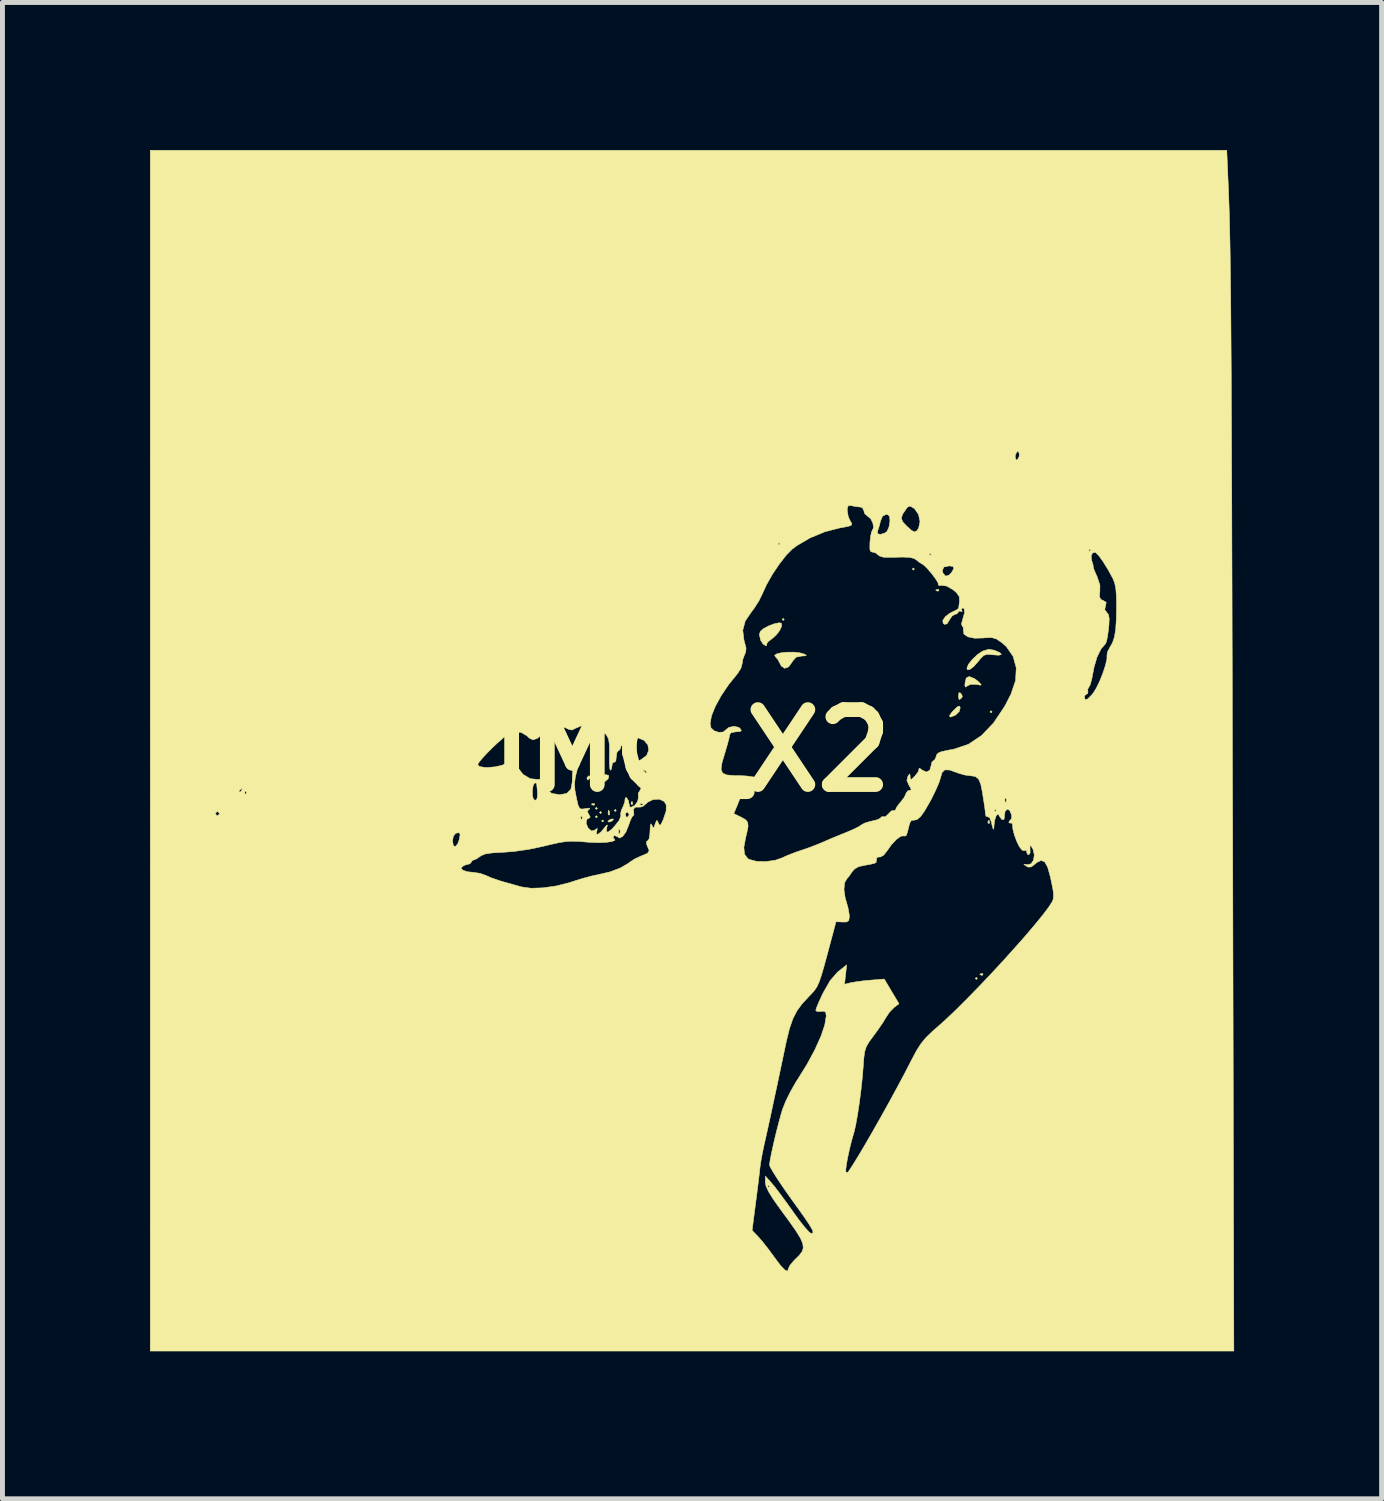
<source format=kicad_pcb>
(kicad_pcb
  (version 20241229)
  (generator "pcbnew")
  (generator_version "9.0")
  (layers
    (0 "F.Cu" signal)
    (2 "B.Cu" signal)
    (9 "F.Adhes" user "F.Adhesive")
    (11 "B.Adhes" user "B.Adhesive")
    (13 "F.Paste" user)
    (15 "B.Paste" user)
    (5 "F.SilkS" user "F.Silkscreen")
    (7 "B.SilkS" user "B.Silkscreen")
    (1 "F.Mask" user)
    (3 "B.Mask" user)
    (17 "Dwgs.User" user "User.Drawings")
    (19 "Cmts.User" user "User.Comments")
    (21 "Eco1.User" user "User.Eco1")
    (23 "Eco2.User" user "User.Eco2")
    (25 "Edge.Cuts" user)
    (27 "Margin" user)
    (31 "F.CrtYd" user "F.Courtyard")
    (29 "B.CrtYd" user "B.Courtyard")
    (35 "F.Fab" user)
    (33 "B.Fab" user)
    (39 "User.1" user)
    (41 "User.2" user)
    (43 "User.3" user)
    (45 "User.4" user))
  (footprint "IMG_X2"
    (layer "F.Cu")
    (at 11.019 12.214)
    (property "Reference" "IMG_X2" (at 0 0 0) (layer "F.SilkS") (effects (font (size 1.524 1.524) (thickness 0.3))))
    (attr through_hole)
    (fp_poly (pts (xy -1.921 1.174) (xy -1.942 1.195) (xy -1.964 1.174) (xy -1.942 1.153) (xy -1.921 1.174)) (stroke (width 0.01) (type solid)) (fill yes) (layer "F.SilkS"))
    (fp_poly (pts (xy -1.921 1.345) (xy -1.942 1.366) (xy -1.964 1.345) (xy -1.942 1.323) (xy -1.921 1.345)) (stroke (width 0.01) (type solid)) (fill yes) (layer "F.SilkS"))
    (fp_poly (pts (xy -1.836 1.259) (xy -1.857 1.281) (xy -1.878 1.259) (xy -1.857 1.238) (xy -1.836 1.259)) (stroke (width 0.01) (type solid)) (fill yes) (layer "F.SilkS"))
    (fp_poly (pts (xy -1.793 1.43) (xy -1.814 1.451) (xy -1.836 1.43) (xy -1.814 1.409) (xy -1.793 1.43)) (stroke (width 0.01) (type solid)) (fill yes) (layer "F.SilkS"))
    (fp_poly (pts (xy -1.537 1.217) (xy -1.558 1.238) (xy -1.579 1.217) (xy -1.558 1.195) (xy -1.537 1.217)) (stroke (width 0.01) (type solid)) (fill yes) (layer "F.SilkS"))
    (fp_poly (pts (xy 1.878 -2.668) (xy 1.857 -2.647) (xy 1.836 -2.668) (xy 1.857 -2.689) (xy 1.878 -2.668)) (stroke (width 0.01) (type solid)) (fill yes) (layer "F.SilkS"))
    (fp_poly (pts (xy 4.525 -3.693) (xy 4.504 -3.671) (xy 4.482 -3.693) (xy 4.504 -3.714) (xy 4.525 -3.693)) (stroke (width 0.01) (type solid)) (fill yes) (layer "F.SilkS"))
    (fp_poly (pts (xy 5.806 4.632) (xy 5.784 4.653) (xy 5.763 4.632) (xy 5.784 4.61) (xy 5.806 4.632)) (stroke (width 0.01) (type solid)) (fill yes) (layer "F.SilkS"))
    (fp_poly (pts (xy 6.105 -0.79) (xy 6.083 -0.768) (xy 6.062 -0.79) (xy 6.083 -0.811) (xy 6.105 -0.79)) (stroke (width 0.01) (type solid)) (fill yes) (layer "F.SilkS"))
    (fp_poly (pts (xy -1.978 1.081) (xy -1.984 1.107) (xy -2.006 1.11) (xy -2.042 1.094) (xy -2.035 1.081) (xy -1.984 1.076) (xy -1.978 1.081)) (stroke (width 0.01) (type solid)) (fill yes) (layer "F.SilkS"))
    (fp_poly (pts (xy -1.678 1.23) (xy -1.673 1.297) (xy -1.682 1.312) (xy -1.701 1.299) (xy -1.704 1.256) (xy -1.694 1.21) (xy -1.678 1.23)) (stroke (width 0.01) (type solid)) (fill yes) (layer "F.SilkS"))
    (fp_poly (pts (xy -1.21 1.039) (xy -1.204 1.089) (xy -1.21 1.096) (xy -1.235 1.09) (xy -1.238 1.067) (xy -1.222 1.032) (xy -1.21 1.039)) (stroke (width 0.01) (type solid)) (fill yes) (layer "F.SilkS"))
    (fp_poly (pts (xy 5.023 -3.273) (xy 5.017 -3.247) (xy 4.995 -3.244) (xy 4.959 -3.26) (xy 4.966 -3.273) (xy 5.017 -3.278) (xy 5.023 -3.273)) (stroke (width 0.01) (type solid)) (fill yes) (layer "F.SilkS"))
    (fp_poly (pts (xy 5.92 4.539) (xy 5.914 4.565) (xy 5.891 4.568) (xy 5.856 4.552) (xy 5.863 4.539) (xy 5.913 4.534) (xy 5.92 4.539)) (stroke (width 0.01) (type solid)) (fill yes) (layer "F.SilkS"))
    (fp_poly (pts (xy 6.048 1.423) (xy 6.053 1.474) (xy 6.048 1.48) (xy 6.022 1.474) (xy 6.019 1.451) (xy 6.035 1.416) (xy 6.048 1.423)) (stroke (width 0.01) (type solid)) (fill yes) (layer "F.SilkS"))
    (fp_poly (pts (xy -1.601 1.409) (xy -1.647 1.445) (xy -1.696 1.451) (xy -1.708 1.435) (xy -1.674 1.407) (xy -1.641 1.392) (xy -1.597 1.389) (xy -1.601 1.409)) (stroke (width 0.01) (type solid)) (fill yes) (layer "F.SilkS"))
    (fp_poly (pts (xy -2.064 0.538) (xy -2.07 0.555) (xy -2.109 0.596) (xy -2.116 0.598) (xy -2.134 0.565) (xy -2.134 0.555) (xy -2.102 0.514) (xy -2.089 0.512) (xy -2.064 0.538)) (stroke (width 0.01) (type solid)) (fill yes) (layer "F.SilkS"))
    (fp_poly (pts (xy 5.462 -1.171) (xy 5.473 -1.161) (xy 5.502 -1.103) (xy 5.473 -1.059) (xy 5.435 -1.038) (xy 5.422 -1.089) (xy 5.422 -1.11) (xy 5.43 -1.178) (xy 5.462 -1.171)) (stroke (width 0.01) (type solid)) (fill yes) (layer "F.SilkS"))
    (fp_poly (pts (xy 5.457 -0.875) (xy 5.436 -0.796) (xy 5.362 -0.723) (xy 5.267 -0.685) (xy 5.253 -0.684) (xy 5.237 -0.709) (xy 5.285 -0.779) (xy 5.317 -0.814) (xy 5.398 -0.891) (xy 5.441 -0.907) (xy 5.457 -0.875)) (stroke (width 0.01) (type solid)) (fill yes) (layer "F.SilkS"))
    (fp_poly (pts (xy 5.656 -1.502) (xy 5.751 -1.462) (xy 5.827 -1.403) (xy 5.883 -1.343) (xy 5.872 -1.33) (xy 5.794 -1.347) (xy 5.668 -1.349) (xy 5.609 -1.32) (xy 5.564 -1.292) (xy 5.551 -1.324) (xy 5.557 -1.39) (xy 5.58 -1.479) (xy 5.633 -1.504) (xy 5.656 -1.502)) (stroke (width 0.01) (type solid)) (fill yes) (layer "F.SilkS"))
    (fp_poly (pts (xy -1.69 0.507) (xy -1.697 0.562) (xy -1.711 0.58) (xy -1.766 0.628) (xy -1.787 0.635) (xy -1.847 0.623) (xy -1.91 0.61) (xy -1.985 0.578) (xy -2.006 0.545) (xy -1.99 0.518) (xy -1.981 0.524) (xy -1.926 0.529) (xy -1.849 0.509) (xy -1.746 0.487) (xy -1.69 0.507)) (stroke (width 0.01) (type solid)) (fill yes) (layer "F.SilkS"))
    (fp_poly (pts (xy 6.152 -2.041) (xy 6.264 -1.992) (xy 6.294 -1.956) (xy 6.242 -1.94) (xy 6.134 -1.948) (xy 6.012 -1.959) (xy 5.936 -1.937) (xy 5.865 -1.867) (xy 5.831 -1.823) (xy 5.735 -1.714) (xy 5.655 -1.652) (xy 5.604 -1.645) (xy 5.592 -1.677) (xy 5.624 -1.755) (xy 5.704 -1.856) (xy 5.809 -1.955) (xy 5.911 -2.023) (xy 6.038 -2.062) (xy 6.152 -2.041)) (stroke (width 0.01) (type solid)) (fill yes) (layer "F.SilkS"))
    (fp_poly (pts (xy 1.82 -2.591) (xy 1.826 -2.532) (xy 1.784 -2.441) (xy 1.709 -2.344) (xy 1.617 -2.266) (xy 1.612 -2.263) (xy 1.54 -2.206) (xy 1.521 -2.165) (xy 1.523 -2.163) (xy 1.518 -2.137) (xy 1.5 -2.134) (xy 1.448 -2.169) (xy 1.399 -2.244) (xy 1.372 -2.361) (xy 1.394 -2.426) (xy 1.456 -2.481) (xy 1.56 -2.536) (xy 1.676 -2.58) (xy 1.774 -2.6) (xy 1.82 -2.591)) (stroke (width 0.01) (type solid)) (fill yes) (layer "F.SilkS"))
    (fp_poly (pts (xy 2.196 -1.989) (xy 2.284 -1.964) (xy 2.329 -1.939) (xy 2.303 -1.927) (xy 2.233 -1.924) (xy 2.12 -1.901) (xy 2.049 -1.822) (xy 2.04 -1.804) (xy 1.967 -1.703) (xy 1.888 -1.674) (xy 1.819 -1.72) (xy 1.796 -1.764) (xy 1.747 -1.856) (xy 1.706 -1.901) (xy 1.682 -1.937) (xy 1.726 -1.968) (xy 1.818 -1.99) (xy 1.939 -2.002) (xy 2.071 -2.003) (xy 2.196 -1.989)) (stroke (width 0.01) (type solid)) (fill yes) (layer "F.SilkS"))
    (fp_poly (pts (xy 10.903 -11.601) (xy 10.91 -11.442) (xy 10.916 -11.281) (xy 10.922 -11.115) (xy 10.928 -10.94) (xy 10.933 -10.753) (xy 10.937 -10.551) (xy 10.942 -10.33) (xy 10.946 -10.087) (xy 10.95 -9.818) (xy 10.953 -9.52) (xy 10.957 -9.19) (xy 10.96 -8.824) (xy 10.963 -8.418) (xy 10.966 -7.97) (xy 10.969 -7.475) (xy 10.971 -6.931) (xy 10.974 -6.334) (xy 10.976 -5.681) (xy 10.979 -4.968) (xy 10.981 -4.191) (xy 10.984 -3.348) (xy 10.986 -2.435) (xy 10.989 -1.449) (xy 10.991 -0.386) (xy 10.994 0.758) (xy 10.996 1.355) (xy 11.021 12.209) (xy -11.014 12.209) (xy -11.014 9.756) (xy 1.225 9.756) (xy 1.349 9.884) (xy 1.434 9.982) (xy 1.545 10.122) (xy 1.66 10.278) (xy 1.675 10.299) (xy 1.803 10.47) (xy 1.894 10.564) (xy 1.947 10.584) (xy 1.964 10.531) (xy 1.993 10.469) (xy 2.065 10.381) (xy 2.096 10.349) (xy 2.183 10.264) (xy 2.24 10.189) (xy 2.265 10.112) (xy 2.255 10.024) (xy 2.207 9.912) (xy 2.116 9.765) (xy 1.981 9.572) (xy 1.805 9.333) (xy 1.657 9.125) (xy 1.56 8.969) (xy 1.509 8.858) (xy 1.537 8.858) (xy 1.558 8.879) (xy 1.579 8.858) (xy 1.558 8.837) (xy 1.537 8.858) (xy 1.509 8.858) (xy 1.508 8.855) (xy 1.494 8.781) (xy 1.494 8.651) (xy 1.622 8.794) (xy 1.698 8.886) (xy 1.806 9.029) (xy 1.933 9.202) (xy 2.059 9.378) (xy 2.18 9.546) (xy 2.289 9.684) (xy 2.374 9.779) (xy 2.423 9.818) (xy 2.426 9.818) (xy 2.456 9.812) (xy 2.464 9.787) (xy 2.445 9.734) (xy 2.394 9.647) (xy 2.306 9.515) (xy 2.177 9.332) (xy 2.007 9.096) (xy 1.866 8.896) (xy 1.744 8.715) (xy 1.651 8.567) (xy 1.593 8.465) (xy 1.579 8.425) (xy 1.59 8.336) (xy 1.619 8.185) (xy 1.661 7.993) (xy 1.711 7.781) (xy 1.766 7.567) (xy 1.819 7.374) (xy 1.841 7.3) (xy 1.907 7.133) (xy 2.005 6.934) (xy 2.117 6.737) (xy 2.154 6.681) (xy 2.343 6.376) (xy 2.501 6.082) (xy 2.623 5.812) (xy 2.702 5.579) (xy 2.732 5.397) (xy 2.732 5.386) (xy 2.719 5.312) (xy 2.661 5.298) (xy 2.625 5.304) (xy 2.546 5.305) (xy 2.519 5.281) (xy 2.536 5.225) (xy 2.582 5.113) (xy 2.649 4.968) (xy 2.668 4.928) (xy 2.811 4.678) (xy 2.961 4.505) (xy 2.983 4.487) (xy 3.148 4.356) (xy 3.104 4.751) (xy 3.227 4.72) (xy 3.336 4.701) (xy 3.492 4.68) (xy 3.632 4.667) (xy 3.912 4.644) (xy 4.062 4.896) (xy 4.212 5.147) (xy 4.112 5.222) (xy 4.021 5.315) (xy 3.946 5.427) (xy 3.885 5.529) (xy 3.791 5.666) (xy 3.694 5.799) (xy 3.603 5.922) (xy 3.546 6.021) (xy 3.514 6.123) (xy 3.496 6.259) (xy 3.486 6.403) (xy 3.467 6.64) (xy 3.439 6.901) (xy 3.405 7.165) (xy 3.368 7.41) (xy 3.331 7.616) (xy 3.298 7.76) (xy 3.293 7.774) (xy 3.248 7.93) (xy 3.205 8.105) (xy 3.168 8.277) (xy 3.141 8.425) (xy 3.129 8.53) (xy 3.133 8.568) (xy 3.17 8.579) (xy 3.172 8.577) (xy 3.257 8.449) (xy 3.375 8.259) (xy 3.517 8.02) (xy 3.676 7.745) (xy 3.844 7.449) (xy 4.014 7.143) (xy 4.178 6.842) (xy 4.329 6.559) (xy 4.456 6.312) (xy 4.563 6.109) (xy 4.658 5.959) (xy 4.761 5.834) (xy 4.892 5.708) (xy 4.969 5.641) (xy 5.15 5.48) (xy 5.359 5.282) (xy 5.588 5.054) (xy 5.83 4.806) (xy 6.077 4.546) (xy 6.322 4.282) (xy 6.557 4.021) (xy 6.776 3.774) (xy 6.969 3.546) (xy 7.131 3.348) (xy 7.253 3.187) (xy 7.328 3.071) (xy 7.349 3.017) (xy 7.353 2.946) (xy 7.351 2.882) (xy 7.338 2.801) (xy 7.313 2.676) (xy 7.289 2.564) (xy 7.236 2.373) (xy 7.176 2.264) (xy 7.104 2.232) (xy 7.016 2.273) (xy 6.985 2.3) (xy 6.902 2.364) (xy 6.838 2.368) (xy 6.802 2.349) (xy 6.751 2.313) (xy 6.777 2.311) (xy 6.817 2.319) (xy 6.897 2.301) (xy 6.948 2.226) (xy 6.963 2.119) (xy 6.936 2.003) (xy 6.913 1.964) (xy 6.879 1.921) (xy 6.875 1.952) (xy 6.876 1.964) (xy 6.878 2.079) (xy 6.85 2.119) (xy 6.83 2.113) (xy 6.805 2.062) (xy 6.81 2.047) (xy 6.801 2.025) (xy 6.768 2.033) (xy 6.716 2.025) (xy 6.659 1.952) (xy 6.609 1.851) (xy 6.557 1.713) (xy 6.527 1.592) (xy 6.523 1.545) (xy 6.515 1.479) (xy 6.488 1.473) (xy 6.449 1.469) (xy 6.446 1.454) (xy 6.473 1.41) (xy 6.483 1.409) (xy 6.503 1.373) (xy 6.499 1.302) (xy 6.461 1.211) (xy 6.411 1.191) (xy 6.369 1.235) (xy 6.355 1.333) (xy 6.357 1.355) (xy 6.343 1.404) (xy 6.3 1.397) (xy 6.257 1.338) (xy 6.256 1.335) (xy 6.227 1.286) (xy 6.193 1.317) (xy 6.188 1.325) (xy 6.158 1.412) (xy 6.145 1.515) (xy 6.139 1.592) (xy 6.127 1.596) (xy 6.105 1.522) (xy 6.086 1.439) (xy 6.055 1.362) (xy 6.018 1.345) (xy 5.981 1.333) (xy 5.971 1.294) (xy 5.963 1.217) (xy 6.147 1.217) (xy 6.169 1.238) (xy 6.19 1.217) (xy 6.169 1.195) (xy 6.147 1.217) (xy 5.963 1.217) (xy 5.959 1.183) (xy 5.952 1.131) (xy 5.937 1.037) (xy 5.931 1) (xy 6.364 1) (xy 6.372 1.055) (xy 6.386 1.056) (xy 6.397 0.999) (xy 6.39 0.974) (xy 6.371 0.958) (xy 6.364 1) (xy 5.931 1) (xy 5.916 0.902) (xy 5.909 0.854) (xy 5.874 0.679) (xy 5.828 0.574) (xy 5.76 0.524) (xy 5.675 0.512) (xy 5.547 0.495) (xy 5.407 0.454) (xy 5.394 0.448) (xy 5.241 0.394) (xy 5.145 0.391) (xy 5.089 0.442) (xy 5.061 0.536) (xy 5.028 0.642) (xy 4.963 0.794) (xy 4.878 0.969) (xy 4.835 1.049) (xy 4.731 1.228) (xy 4.65 1.342) (xy 4.578 1.401) (xy 4.506 1.417) (xy 4.472 1.414) (xy 4.442 1.447) (xy 4.416 1.526) (xy 4.383 1.66) (xy 4.358 1.726) (xy 4.331 1.739) (xy 4.319 1.733) (xy 4.253 1.739) (xy 4.16 1.804) (xy 4.057 1.914) (xy 3.987 2.014) (xy 3.901 2.125) (xy 3.831 2.163) (xy 3.818 2.161) (xy 3.763 2.17) (xy 3.748 2.248) (xy 3.75 2.269) (xy 3.714 2.291) (xy 3.618 2.314) (xy 3.54 2.327) (xy 3.393 2.358) (xy 3.302 2.411) (xy 3.254 2.47) (xy 3.195 2.556) (xy 3.153 2.604) (xy 3.106 2.686) (xy 3.093 2.821) (xy 3.115 2.981) (xy 3.134 3.049) (xy 3.175 3.195) (xy 3.199 3.329) (xy 3.202 3.37) (xy 3.192 3.454) (xy 3.146 3.484) (xy 3.066 3.485) (xy 2.931 3.479) (xy 2.754 4.141) (xy 2.686 4.391) (xy 2.633 4.573) (xy 2.588 4.704) (xy 2.544 4.8) (xy 2.494 4.875) (xy 2.432 4.946) (xy 2.384 4.995) (xy 2.242 5.147) (xy 2.135 5.293) (xy 2.053 5.454) (xy 1.985 5.652) (xy 1.922 5.907) (xy 1.902 6.001) (xy 1.818 6.401) (xy 1.736 6.792) (xy 1.657 7.158) (xy 1.587 7.486) (xy 1.526 7.762) (xy 1.479 7.972) (xy 1.471 8.004) (xy 1.433 8.188) (xy 1.4 8.37) (xy 1.383 8.495) (xy 1.37 8.613) (xy 1.349 8.792) (xy 1.322 9.006) (xy 1.294 9.222) (xy 1.225 9.756) (xy -11.014 9.756) (xy -11.014 2.389) (xy -4.696 2.389) (xy -4.662 2.427) (xy -4.653 2.433) (xy -4.567 2.462) (xy -4.448 2.475) (xy -4.446 2.475) (xy -4.307 2.495) (xy -4.19 2.537) (xy -4.084 2.584) (xy -3.936 2.636) (xy -3.842 2.665) (xy -3.68 2.71) (xy -3.525 2.754) (xy -3.458 2.772) (xy -3.27 2.798) (xy -3.031 2.79) (xy -2.766 2.753) (xy -2.501 2.687) (xy -2.424 2.662) (xy -2.238 2.603) (xy -2.048 2.552) (xy -1.9 2.52) (xy -1.664 2.465) (xy -1.45 2.384) (xy -1.287 2.288) (xy -1.26 2.266) (xy -1.161 2.201) (xy -1.032 2.142) (xy -1.011 2.135) (xy -0.9 2.086) (xy -0.869 2.034) (xy -0.872 2.023) (xy -0.911 1.928) (xy -0.922 1.9) (xy -0.922 1.845) (xy -0.901 1.836) (xy -0.871 1.797) (xy -0.854 1.694) (xy -0.851 1.633) (xy -0.845 1.52) (xy -0.831 1.487) (xy -0.814 1.515) (xy -0.788 1.57) (xy -0.767 1.552) (xy -0.747 1.494) (xy -0.72 1.422) (xy -0.7 1.427) (xy -0.681 1.473) (xy -0.657 1.518) (xy -0.63 1.502) (xy -0.588 1.416) (xy -0.581 1.399) (xy -0.523 1.226) (xy -0.522 1.103) (xy -0.563 1.033) (xy -0.663 0.987) (xy -0.788 0.994) (xy -0.899 1.049) (xy -0.918 1.068) (xy -0.991 1.13) (xy -1.042 1.148) (xy -1.149 1.149) (xy -1.188 1.191) (xy -1.183 1.238) (xy -1.179 1.306) (xy -1.195 1.323) (xy -1.225 1.36) (xy -1.265 1.455) (xy -1.287 1.52) (xy -1.341 1.653) (xy -1.407 1.744) (xy -1.471 1.778) (xy -1.516 1.75) (xy -1.569 1.727) (xy -1.587 1.734) (xy -1.602 1.773) (xy -1.576 1.795) (xy -1.566 1.824) (xy -1.625 1.848) (xy -1.736 1.864) (xy -1.884 1.871) (xy -2.052 1.866) (xy -2.098 1.863) (xy -2.289 1.847) (xy -2.435 1.842) (xy -2.564 1.849) (xy -2.703 1.871) (xy -2.879 1.91) (xy -3.031 1.947) (xy -3.322 2.008) (xy -3.617 2.05) (xy -3.853 2.068) (xy -4.062 2.08) (xy -4.202 2.101) (xy -4.287 2.136) (xy -4.305 2.15) (xy -4.384 2.204) (xy -4.432 2.22) (xy -4.479 2.248) (xy -4.482 2.263) (xy -4.516 2.303) (xy -4.536 2.306) (xy -4.616 2.328) (xy -4.653 2.349) (xy -4.696 2.389) (xy -11.014 2.389) (xy -11.014 1.838) (xy -4.867 1.838) (xy -4.85 1.932) (xy -4.811 1.951) (xy -4.764 1.9) (xy -4.732 1.814) (xy -4.712 1.707) (xy -4.734 1.667) (xy -4.801 1.68) (xy -4.851 1.741) (xy -4.867 1.838) (xy -11.014 1.838) (xy -11.014 1.366) (xy -2.263 1.366) (xy -2.247 1.401) (xy -2.234 1.395) (xy -2.229 1.344) (xy -2.234 1.338) (xy -2.259 1.343) (xy -2.263 1.366) (xy -11.014 1.366) (xy -11.014 1.281) (xy -9.69 1.281) (xy -9.658 1.322) (xy -9.648 1.323) (xy -9.606 1.291) (xy -9.605 1.281) (xy -9.638 1.239) (xy -9.648 1.238) (xy -9.689 1.27) (xy -9.69 1.281) (xy -11.014 1.281) (xy -11.014 0.851) (xy -9.21 0.851) (xy -9.205 0.854) (xy -9.093 0.854) (xy -9.077 0.889) (xy -9.064 0.882) (xy -9.059 0.832) (xy -9.064 0.825) (xy -9.09 0.831) (xy -9.093 0.854) (xy -9.205 0.854) (xy -9.166 0.824) (xy -9.163 0.82) (xy -3.243 0.82) (xy -3.24 0.925) (xy -3.219 0.993) (xy -3.217 0.995) (xy -3.169 1.01) (xy -3.142 0.954) (xy -3.14 0.844) (xy -3.15 0.737) (xy -3.156 0.671) (xy -3.156 0.67) (xy -3.186 0.654) (xy -3.202 0.662) (xy -3.23 0.719) (xy -3.243 0.82) (xy -9.163 0.82) (xy -9.157 0.811) (xy -9.146 0.771) (xy -9.152 0.768) (xy -9.191 0.798) (xy -9.199 0.811) (xy -9.21 0.851) (xy -11.014 0.851) (xy -11.014 0.283) (xy -4.354 0.283) (xy -4.322 0.322) (xy -4.221 0.34) (xy -4.149 0.342) (xy -3.999 0.329) (xy -3.86 0.297) (xy -3.758 0.253) (xy -3.714 0.205) (xy -3.714 0.203) (xy -3.695 0.166) (xy -3.647 0.191) (xy -3.584 0.269) (xy -3.546 0.335) (xy -3.434 0.482) (xy -3.288 0.57) (xy -3.128 0.587) (xy -3.096 0.58) (xy -3.017 0.572) (xy -2.99 0.616) (xy -2.988 0.658) (xy -2.953 0.788) (xy -2.85 0.869) (xy -2.688 0.896) (xy -2.544 0.87) (xy -2.461 0.787) (xy -2.433 0.641) (xy -2.433 0.633) (xy -2.428 0.475) (xy -2.415 0.304) (xy -2.397 0.143) (xy -2.376 0.011) (xy -2.355 -0.07) (xy -2.344 -0.085) (xy -2.299 -0.048) (xy -2.28 0.052) (xy -2.288 0.194) (xy -2.323 0.356) (xy -2.368 0.528) (xy -2.386 0.662) (xy -2.379 0.796) (xy -2.346 0.97) (xy -2.343 0.984) (xy -2.313 1.111) (xy -2.283 1.174) (xy -2.236 1.189) (xy -2.162 1.178) (xy -2.08 1.168) (xy -2.079 1.185) (xy -2.089 1.192) (xy -2.128 1.235) (xy -2.098 1.294) (xy -2.094 1.299) (xy -2.067 1.352) (xy -2.082 1.366) (xy -2.137 1.399) (xy -2.15 1.475) (xy -2.116 1.563) (xy -2.104 1.579) (xy -2.04 1.634) (xy -1.982 1.62) (xy -1.969 1.61) (xy -1.924 1.582) (xy -1.928 1.62) (xy -1.933 1.633) (xy -1.942 1.696) (xy -1.908 1.7) (xy -1.843 1.647) (xy -1.794 1.59) (xy -1.736 1.518) (xy -1.718 1.512) (xy -1.73 1.569) (xy -1.73 1.569) (xy -1.738 1.647) (xy -1.702 1.655) (xy -1.683 1.64) (xy -1.491 1.64) (xy -1.483 1.695) (xy -1.468 1.696) (xy -1.458 1.639) (xy -1.465 1.614) (xy -1.484 1.598) (xy -1.491 1.64) (xy -1.683 1.64) (xy -1.624 1.593) (xy -1.568 1.532) (xy -1.479 1.419) (xy -1.445 1.331) (xy -1.446 1.302) (xy -1.352 1.302) (xy -1.332 1.353) (xy -1.313 1.355) (xy -1.275 1.309) (xy -1.274 1.302) (xy -1.307 1.251) (xy -1.313 1.249) (xy -1.347 1.271) (xy -1.352 1.302) (xy -1.446 1.302) (xy -1.447 1.268) (xy -1.433 1.209) (xy -1.4 1.14) (xy -1.364 1.046) (xy -1.36 0.988) (xy -1.347 0.952) (xy -1.326 0.959) (xy -1.288 1.021) (xy -1.281 1.07) (xy -1.264 1.138) (xy -1.241 1.153) (xy -1.165 1.117) (xy -1.138 1.081) (xy -1.053 1.081) (xy -1.047 1.107) (xy -1.025 1.11) (xy -0.989 1.094) (xy -0.996 1.081) (xy -1.047 1.076) (xy -1.053 1.081) (xy -1.138 1.081) (xy -1.104 1.036) (xy -1.086 0.948) (xy -1.089 0.938) (xy -1.089 0.861) (xy -1.069 0.834) (xy -1.037 0.775) (xy -1.025 0.684) (xy -1.002 0.573) (xy -0.936 0.573) (xy -0.928 0.628) (xy -0.913 0.629) (xy -0.903 0.572) (xy -0.91 0.547) (xy -0.929 0.531) (xy -0.936 0.573) (xy -1.002 0.573) (xy -1.002 0.569) (xy -0.957 0.493) (xy -0.918 0.444) (xy -0.94 0.412) (xy -1.021 0.379) (xy -1.125 0.325) (xy -1.143 0.266) (xy -1.077 0.204) (xy -1.029 0.18) (xy -0.919 0.097) (xy -0.877 -0.01) (xy -0.896 -0.119) (xy -0.972 -0.209) (xy -1.098 -0.261) (xy -1.147 -0.265) (xy -1.266 -0.241) (xy -1.375 -0.174) (xy -1.442 -0.087) (xy -1.451 -0.044) (xy -1.483 -0.002) (xy -1.494 0) (xy -1.524 0.037) (xy -1.537 0.127) (xy -1.537 0.131) (xy -1.548 0.216) (xy -1.578 0.236) (xy -1.579 0.235) (xy -1.613 0.248) (xy -1.622 0.294) (xy -1.636 0.373) (xy -1.654 0.399) (xy -1.668 0.37) (xy -1.676 0.274) (xy -1.677 0.131) (xy -1.675 0.092) (xy -1.675 -0.104) (xy -1.694 -0.237) (xy -1.744 -0.328) (xy -1.832 -0.4) (xy -1.908 -0.442) (xy -2.086 -0.502) (xy -2.254 -0.502) (xy -2.368 -0.454) (xy -2.439 -0.419) (xy -2.513 -0.436) (xy -2.56 -0.461) (xy -2.706 -0.504) (xy -2.86 -0.466) (xy -3.027 -0.346) (xy -3.03 -0.342) (xy -3.145 -0.248) (xy -3.23 -0.22) (xy -3.306 -0.254) (xy -3.351 -0.299) (xy -3.467 -0.369) (xy -3.572 -0.384) (xy -3.649 -0.375) (xy -3.729 -0.339) (xy -3.829 -0.266) (xy -3.964 -0.146) (xy -4.035 -0.079) (xy -4.168 0.053) (xy -4.274 0.169) (xy -4.34 0.252) (xy -4.354 0.283) (xy -11.014 0.283) (xy -11.014 -0.553) (xy 0.371 -0.553) (xy 0.388 -0.464) (xy 0.454 -0.403) (xy 0.549 -0.372) (xy 0.637 -0.379) (xy 0.673 -0.408) (xy 0.748 -0.471) (xy 0.855 -0.495) (xy 0.952 -0.474) (xy 0.98 -0.451) (xy 1.007 -0.405) (xy 0.973 -0.387) (xy 0.902 -0.384) (xy 0.797 -0.366) (xy 0.768 -0.322) (xy 0.756 -0.253) (xy 0.723 -0.128) (xy 0.677 0.028) (xy 0.668 0.057) (xy 0.611 0.252) (xy 0.594 0.381) (xy 0.625 0.458) (xy 0.712 0.495) (xy 0.862 0.507) (xy 0.939 0.507) (xy 1.109 0.515) (xy 1.26 0.536) (xy 1.354 0.563) (xy 1.436 0.623) (xy 1.471 0.688) (xy 1.453 0.736) (xy 1.409 0.747) (xy 1.306 0.774) (xy 1.19 0.838) (xy 1.105 0.912) (xy 1.097 0.925) (xy 1.046 0.963) (xy 1.022 0.959) (xy 0.984 0.948) (xy 0.982 0.953) (xy 0.967 1) (xy 0.93 1.096) (xy 0.917 1.126) (xy 0.852 1.281) (xy 1.002 1.353) (xy 1.09 1.402) (xy 1.135 1.457) (xy 1.143 1.541) (xy 1.117 1.674) (xy 1.094 1.767) (xy 1.057 1.967) (xy 1.071 2.106) (xy 1.136 2.194) (xy 1.167 2.212) (xy 1.318 2.252) (xy 1.507 2.256) (xy 1.698 2.228) (xy 1.827 2.183) (xy 1.962 2.123) (xy 2.129 2.059) (xy 2.22 2.029) (xy 2.401 1.966) (xy 2.591 1.892) (xy 2.668 1.859) (xy 2.832 1.788) (xy 3.023 1.709) (xy 3.138 1.663) (xy 3.28 1.603) (xy 3.393 1.547) (xy 3.446 1.511) (xy 3.52 1.471) (xy 3.638 1.436) (xy 3.67 1.43) (xy 3.777 1.403) (xy 3.837 1.37) (xy 3.842 1.36) (xy 3.869 1.339) (xy 3.888 1.347) (xy 3.943 1.338) (xy 3.998 1.285) (xy 4.058 1.225) (xy 4.101 1.218) (xy 4.138 1.213) (xy 4.141 1.2) (xy 4.168 1.143) (xy 4.233 1.058) (xy 4.248 1.042) (xy 4.318 0.951) (xy 4.353 0.877) (xy 4.354 0.869) (xy 4.389 0.818) (xy 4.419 0.811) (xy 4.459 0.802) (xy 4.449 0.761) (xy 4.416 0.707) (xy 4.372 0.607) (xy 4.392 0.525) (xy 4.427 0.473) (xy 4.437 0.499) (xy 4.438 0.533) (xy 4.445 0.584) (xy 4.472 0.578) (xy 4.539 0.513) (xy 4.541 0.511) (xy 4.603 0.429) (xy 4.621 0.368) (xy 4.619 0.363) (xy 4.628 0.355) (xy 4.681 0.394) (xy 4.769 0.435) (xy 4.837 0.4) (xy 4.866 0.3) (xy 4.867 0.29) (xy 4.884 0.226) (xy 4.904 0.213) (xy 4.944 0.178) (xy 4.964 0.128) (xy 4.98 0.08) (xy 5.011 0.048) (xy 5.073 0.022) (xy 5.186 -0.004) (xy 5.339 -0.033) (xy 5.623 -0.129) (xy 5.89 -0.307) (xy 6.136 -0.565) (xy 6.361 -0.901) (xy 6.458 -1.089) (xy 7.983 -1.089) (xy 7.998 -1.034) (xy 8.048 -1.05) (xy 8.135 -1.138) (xy 8.158 -1.166) (xy 8.223 -1.269) (xy 8.293 -1.413) (xy 8.358 -1.577) (xy 8.41 -1.734) (xy 8.44 -1.862) (xy 8.441 -1.932) (xy 8.449 -2.002) (xy 8.495 -2.092) (xy 8.553 -2.193) (xy 8.593 -2.312) (xy 8.618 -2.465) (xy 8.631 -2.67) (xy 8.635 -2.903) (xy 8.633 -3.131) (xy 8.621 -3.294) (xy 8.597 -3.412) (xy 8.561 -3.501) (xy 8.462 -3.682) (xy 8.364 -3.841) (xy 8.277 -3.962) (xy 8.214 -4.027) (xy 8.205 -4.031) (xy 8.149 -4.022) (xy 8.119 -3.957) (xy 8.129 -3.867) (xy 8.134 -3.853) (xy 8.159 -3.774) (xy 8.16 -3.745) (xy 8.174 -3.69) (xy 8.216 -3.59) (xy 8.237 -3.547) (xy 8.298 -3.364) (xy 8.296 -3.233) (xy 8.288 -3.128) (xy 8.316 -3.075) (xy 8.362 -3.054) (xy 8.425 -3.017) (xy 8.415 -2.955) (xy 8.411 -2.947) (xy 8.396 -2.865) (xy 8.436 -2.813) (xy 8.472 -2.766) (xy 8.486 -2.688) (xy 8.481 -2.558) (xy 8.473 -2.478) (xy 8.454 -2.332) (xy 8.432 -2.224) (xy 8.414 -2.177) (xy 8.321 -2.07) (xy 8.238 -1.9) (xy 8.176 -1.69) (xy 8.16 -1.601) (xy 8.131 -1.452) (xy 8.1 -1.341) (xy 8.073 -1.29) (xy 8.072 -1.289) (xy 8.048 -1.245) (xy 8.054 -1.214) (xy 8.05 -1.161) (xy 8.03 -1.153) (xy 7.988 -1.118) (xy 7.983 -1.089) (xy 6.458 -1.089) (xy 6.489 -1.15) (xy 6.582 -1.425) (xy 6.596 -1.683) (xy 6.533 -1.915) (xy 6.395 -2.115) (xy 6.301 -2.198) (xy 6.194 -2.27) (xy 6.098 -2.299) (xy 5.973 -2.296) (xy 5.931 -2.291) (xy 5.751 -2.286) (xy 5.614 -2.314) (xy 5.533 -2.369) (xy 5.521 -2.439) (xy 5.519 -2.509) (xy 5.5 -2.528) (xy 5.482 -2.575) (xy 5.504 -2.661) (xy 5.544 -2.801) (xy 5.538 -2.884) (xy 5.504 -2.903) (xy 5.481 -2.876) (xy 5.49 -2.854) (xy 5.495 -2.824) (xy 5.471 -2.835) (xy 5.427 -2.837) (xy 5.422 -2.82) (xy 5.387 -2.78) (xy 5.357 -2.775) (xy 5.293 -2.74) (xy 5.243 -2.668) (xy 5.189 -2.579) (xy 5.138 -2.568) (xy 5.11 -2.588) (xy 5.102 -2.647) (xy 5.153 -2.723) (xy 5.245 -2.794) (xy 5.292 -2.817) (xy 5.381 -2.861) (xy 5.424 -2.895) (xy 5.424 -2.897) (xy 5.432 -2.956) (xy 5.443 -3.042) (xy 5.437 -3.133) (xy 5.38 -3.214) (xy 5.312 -3.271) (xy 5.184 -3.346) (xy 5.083 -3.361) (xy 5.08 -3.36) (xy 5.021 -3.356) (xy 5.016 -3.372) (xy 5.002 -3.42) (xy 4.947 -3.507) (xy 4.868 -3.61) (xy 4.819 -3.667) (xy 5.093 -3.667) (xy 5.106 -3.611) (xy 5.158 -3.549) (xy 5.228 -3.568) (xy 5.277 -3.618) (xy 5.328 -3.704) (xy 5.311 -3.746) (xy 5.232 -3.757) (xy 5.126 -3.734) (xy 5.093 -3.667) (xy 4.819 -3.667) (xy 4.783 -3.708) (xy 4.711 -3.777) (xy 4.681 -3.796) (xy 4.611 -3.839) (xy 4.576 -3.87) (xy 4.517 -3.908) (xy 4.424 -3.93) (xy 4.28 -3.936) (xy 4.069 -3.93) (xy 4.061 -3.93) (xy 3.897 -3.932) (xy 3.809 -3.961) (xy 3.796 -3.976) (xy 3.774 -3.991) (xy 4.824 -3.991) (xy 4.845 -3.97) (xy 4.867 -3.991) (xy 4.845 -4.013) (xy 4.824 -3.991) (xy 3.774 -3.991) (xy 3.726 -4.026) (xy 3.684 -4.034) (xy 3.639 -4.046) (xy 3.627 -4.077) (xy 8.068 -4.077) (xy 8.09 -4.055) (xy 8.111 -4.077) (xy 8.09 -4.098) (xy 8.068 -4.077) (xy 3.627 -4.077) (xy 3.619 -4.096) (xy 3.62 -4.205) (xy 3.622 -4.248) (xy 3.637 -4.374) (xy 3.647 -4.412) (xy 3.773 -4.412) (xy 3.832 -4.397) (xy 3.929 -4.427) (xy 3.969 -4.46) (xy 4.008 -4.546) (xy 4.028 -4.663) (xy 4.024 -4.722) (xy 4.259 -4.722) (xy 4.292 -4.648) (xy 4.363 -4.572) (xy 4.465 -4.479) (xy 4.53 -4.447) (xy 4.577 -4.472) (xy 4.612 -4.528) (xy 4.639 -4.659) (xy 4.609 -4.802) (xy 4.53 -4.917) (xy 4.511 -4.931) (xy 4.438 -4.973) (xy 4.391 -4.956) (xy 4.362 -4.921) (xy 4.282 -4.804) (xy 4.259 -4.722) (xy 4.024 -4.722) (xy 4.022 -4.761) (xy 3.984 -4.799) (xy 3.95 -4.803) (xy 3.878 -4.769) (xy 3.838 -4.674) (xy 3.807 -4.556) (xy 3.779 -4.472) (xy 3.773 -4.412) (xy 3.647 -4.412) (xy 3.659 -4.462) (xy 3.672 -4.482) (xy 3.695 -4.54) (xy 3.679 -4.63) (xy 3.636 -4.716) (xy 3.581 -4.761) (xy 3.514 -4.819) (xy 3.501 -4.869) (xy 3.469 -4.939) (xy 3.426 -4.953) (xy 3.323 -4.964) (xy 3.255 -4.979) (xy 3.187 -4.986) (xy 3.162 -4.94) (xy 3.159 -4.881) (xy 3.181 -4.755) (xy 3.222 -4.667) (xy 3.252 -4.619) (xy 3.246 -4.587) (xy 3.192 -4.564) (xy 3.074 -4.54) (xy 2.998 -4.527) (xy 2.703 -4.45) (xy 2.402 -4.325) (xy 2.134 -4.168) (xy 2.041 -4.098) (xy 1.916 -3.971) (xy 1.776 -3.791) (xy 1.637 -3.584) (xy 1.518 -3.374) (xy 1.437 -3.197) (xy 1.362 -3.043) (xy 1.259 -2.883) (xy 1.215 -2.827) (xy 1.085 -2.636) (xy 1.035 -2.448) (xy 1.059 -2.248) (xy 1.069 -2.213) (xy 1.102 -2.085) (xy 1.094 -1.999) (xy 1.075 -1.961) (xy 1.034 -1.851) (xy 1.025 -1.779) (xy 0.997 -1.675) (xy 0.935 -1.575) (xy 0.75 -1.346) (xy 0.595 -1.116) (xy 0.476 -0.899) (xy 0.399 -0.707) (xy 0.371 -0.553) (xy -11.014 -0.553) (xy -11.014 -4.205) (xy 1.75 -4.205) (xy 1.772 -4.184) (xy 1.793 -4.205) (xy 1.772 -4.226) (xy 1.75 -4.205) (xy -11.014 -4.205) (xy -11.014 -5.971) (xy 6.574 -5.971) (xy 6.591 -5.914) (xy 6.617 -5.912) (xy 6.652 -5.972) (xy 6.659 -6.024) (xy 6.643 -6.082) (xy 6.617 -6.083) (xy 6.581 -6.023) (xy 6.574 -5.971) (xy -11.014 -5.971) (xy -11.014 -12.209) (xy 10.877 -12.209) (xy 10.903 -11.601)) (stroke (width 0.01) (type solid)) (fill yes) (layer "F.SilkS")))
  (gr_rect
    (start -3 -3)
    (end 25.045 27.428)
    (stroke (width 0.1) (type default))
    (fill no)
    (layer "Edge.Cuts")))
</source>
